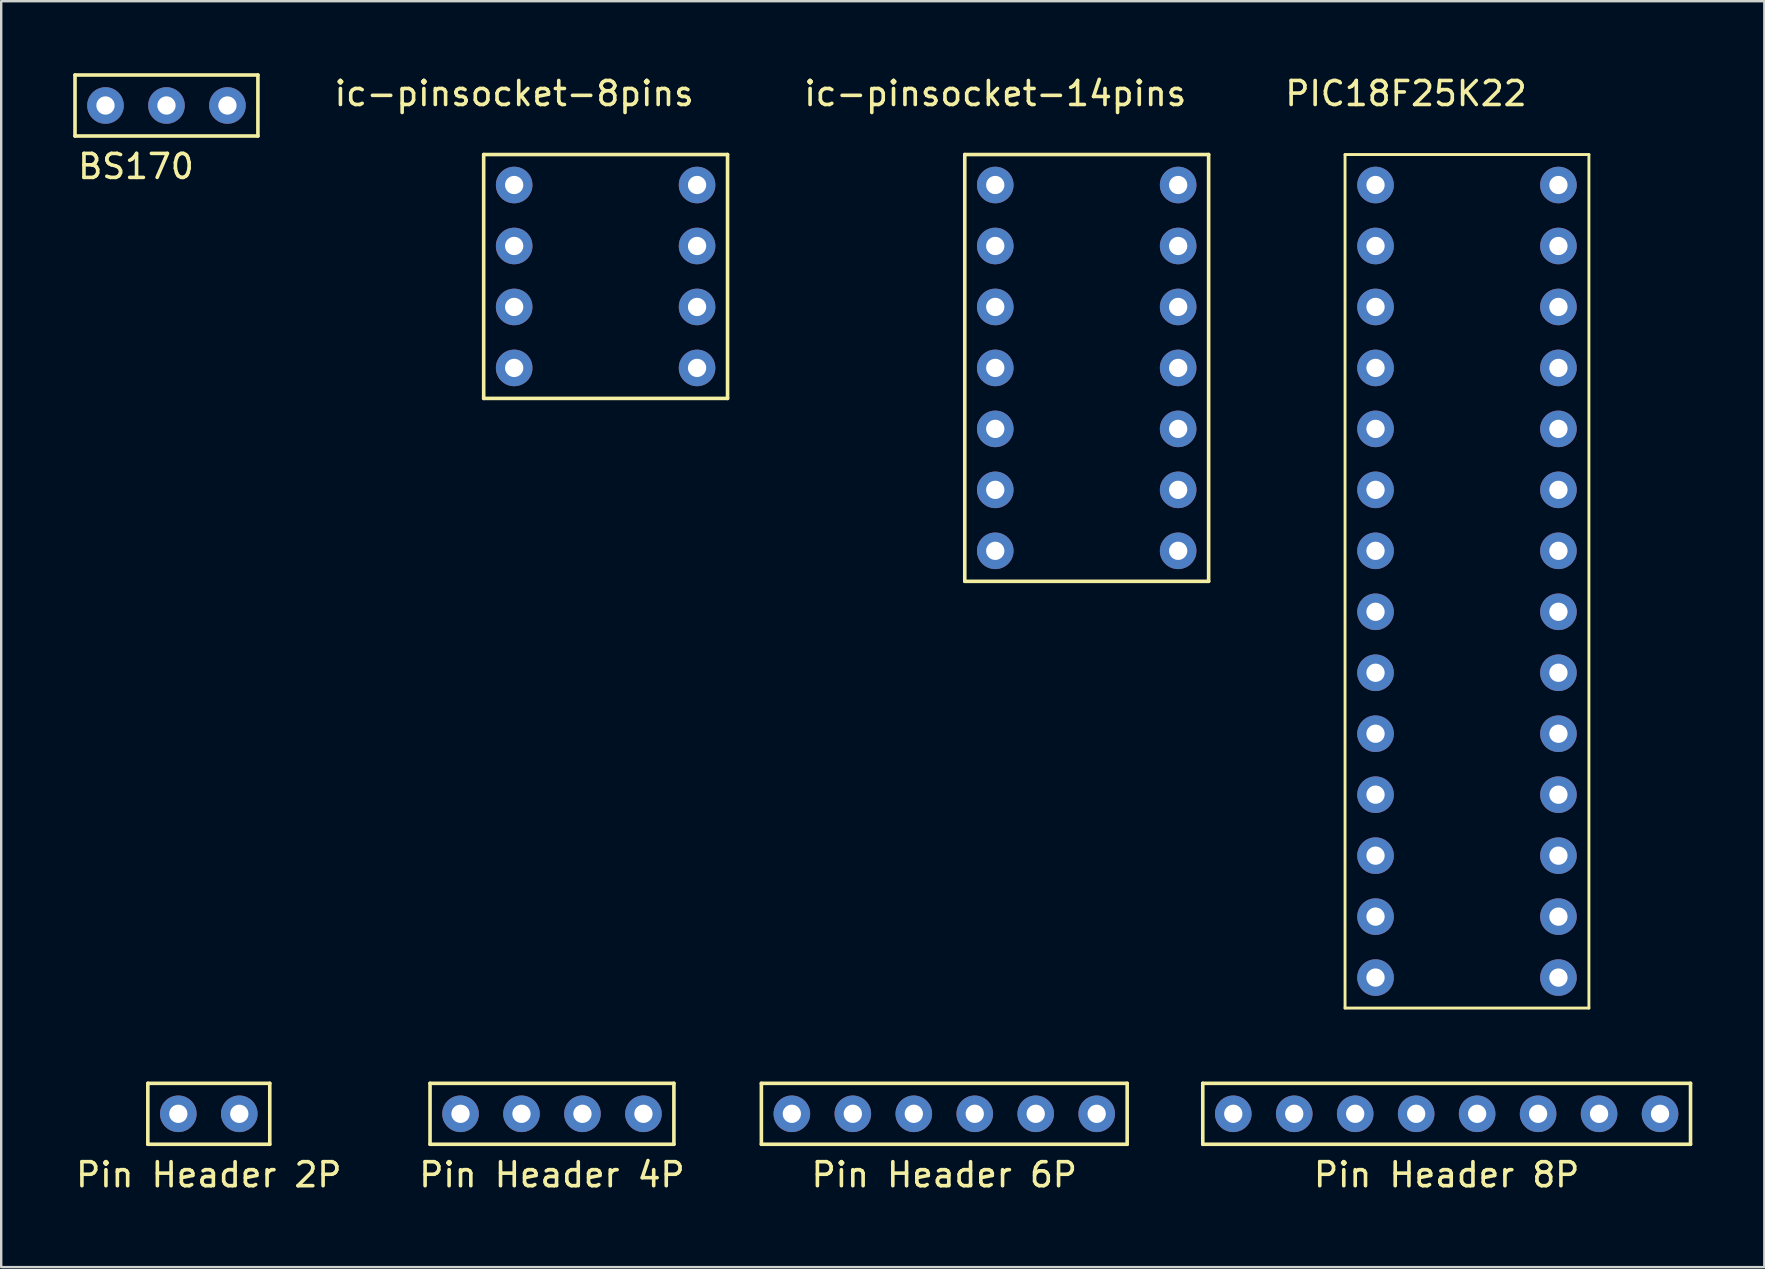
<source format=kicad_pcb>
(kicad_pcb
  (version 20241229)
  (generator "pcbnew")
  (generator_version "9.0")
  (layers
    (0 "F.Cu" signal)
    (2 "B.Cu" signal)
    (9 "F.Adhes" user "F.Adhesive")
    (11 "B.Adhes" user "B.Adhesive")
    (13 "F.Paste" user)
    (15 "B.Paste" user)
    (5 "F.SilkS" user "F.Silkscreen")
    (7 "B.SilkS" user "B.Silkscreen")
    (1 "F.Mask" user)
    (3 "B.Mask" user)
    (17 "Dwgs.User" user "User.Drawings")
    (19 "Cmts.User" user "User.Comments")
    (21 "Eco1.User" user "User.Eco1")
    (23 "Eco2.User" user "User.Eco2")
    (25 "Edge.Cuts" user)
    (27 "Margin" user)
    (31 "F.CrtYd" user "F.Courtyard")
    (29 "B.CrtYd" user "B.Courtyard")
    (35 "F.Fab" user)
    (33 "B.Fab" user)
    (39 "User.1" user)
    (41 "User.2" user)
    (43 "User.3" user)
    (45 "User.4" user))
  (footprint "ic-pinsocket-8pins"
    (layer "F.Cu")
    (at 22.181 8.468)
    (property "Reference" "ic-pinsocket-8pins" (at -3.81 -7.62 0) (layer "F.SilkS") (effects (font (size 1 1) (thickness 0.15))))
    (attr through_hole)
    (fp_line (start -5.08 -5.08) (end -5.08 5.08) (stroke (width 0.15) (type solid)) (layer "F.SilkS"))
    (fp_line (start -5.08 -5.08) (end 5.08 -5.08) (stroke (width 0.15) (type solid)) (layer "F.SilkS"))
    (fp_line (start 5.08 -5.08) (end 5.08 5.08) (stroke (width 0.15) (type solid)) (layer "F.SilkS"))
    (fp_line (start 5.08 5.08) (end -5.08 5.08) (stroke (width 0.15) (type solid)) (layer "F.SilkS"))
    (pad "1" thru_hole circle (at -3.81 -3.81) (size 1.524 1.524) (drill 0.762) (layers "*.Cu" "*.Mask"))
    (pad "2" thru_hole circle (at -3.81 -1.27) (size 1.524 1.524) (drill 0.762) (layers "*.Cu" "*.Mask"))
    (pad "3" thru_hole circle (at -3.81 1.27) (size 1.524 1.524) (drill 0.762) (layers "*.Cu" "*.Mask"))
    (pad "4" thru_hole circle (at -3.81 3.81) (size 1.524 1.524) (drill 0.762) (layers "*.Cu" "*.Mask"))
    (pad "5" thru_hole circle (at 3.81 3.81) (size 1.524 1.524) (drill 0.762) (layers "*.Cu" "*.Mask"))
    (pad "6" thru_hole circle (at 3.81 1.27) (size 1.524 1.524) (drill 0.762) (layers "*.Cu" "*.Mask"))
    (pad "7" thru_hole circle (at 3.81 -1.27) (size 1.524 1.524) (drill 0.762) (layers "*.Cu" "*.Mask"))
    (pad "8" thru_hole circle (at 3.81 -3.81) (size 1.524 1.524) (drill 0.762) (layers "*.Cu" "*.Mask")))
  (footprint "Pin Header 6P"
    (layer "F.Cu")
    (at 36.29 43.353)
    (property "Reference" "Pin Header 6P" (at 0 2.54 0) (layer "F.SilkS") (effects (font (size 1 1) (thickness 0.15))))
    (attr through_hole)
    (fp_line (start -7.62 -1.27) (end -7.62 1.27) (stroke (width 0.15) (type solid)) (layer "F.SilkS"))
    (fp_line (start -7.62 1.27) (end 7.62 1.27) (stroke (width 0.15) (type solid)) (layer "F.SilkS"))
    (fp_line (start 7.62 -1.27) (end -7.62 -1.27) (stroke (width 0.15) (type solid)) (layer "F.SilkS"))
    (fp_line (start 7.62 1.27) (end 7.62 -1.27) (stroke (width 0.15) (type solid)) (layer "F.SilkS"))
    (pad "1" thru_hole circle (at -6.35 0) (size 1.524 1.524) (drill 0.762) (layers "*.Cu" "*.Mask"))
    (pad "2" thru_hole circle (at -3.81 0) (size 1.524 1.524) (drill 0.762) (layers "*.Cu" "*.Mask"))
    (pad "3" thru_hole circle (at -1.27 0) (size 1.524 1.524) (drill 0.762) (layers "*.Cu" "*.Mask"))
    (pad "4" thru_hole circle (at 1.27 0) (size 1.524 1.524) (drill 0.762) (layers "*.Cu" "*.Mask"))
    (pad "5" thru_hole circle (at 3.81 0) (size 1.524 1.524) (drill 0.762) (layers "*.Cu" "*.Mask"))
    (pad "6" thru_hole circle (at 6.35 0) (size 1.524 1.524) (drill 0.762) (layers "*.Cu" "*.Mask")))
  (footprint "Pin Header 2P"
    (layer "F.Cu")
    (at 5.649 43.353)
    (property "Reference" "Pin Header 2P" (at 0 2.54 0) (layer "F.SilkS") (effects (font (size 1 1) (thickness 0.15))))
    (attr through_hole)
    (fp_line (start -2.54 -1.27) (end -2.54 1.27) (stroke (width 0.15) (type solid)) (layer "F.SilkS"))
    (fp_line (start -2.54 1.27) (end 2.54 1.27) (stroke (width 0.15) (type solid)) (layer "F.SilkS"))
    (fp_line (start 2.54 -1.27) (end -2.54 -1.27) (stroke (width 0.15) (type solid)) (layer "F.SilkS"))
    (fp_line (start 2.54 1.27) (end 2.54 -1.27) (stroke (width 0.15) (type solid)) (layer "F.SilkS"))
    (pad "1" thru_hole circle (at -1.27 0) (size 1.524 1.524) (drill 0.762) (layers "*.Cu" "*.Mask"))
    (pad "2" thru_hole circle (at 1.27 0) (size 1.524 1.524) (drill 0.762) (layers "*.Cu" "*.Mask")))
  (footprint "Pin Header 4P"
    (layer "F.Cu")
    (at 19.946 43.353)
    (property "Reference" "Pin Header 4P" (at 0 2.54 0) (layer "F.SilkS") (effects (font (size 1 1) (thickness 0.15))))
    (attr through_hole)
    (fp_line (start -5.08 -1.27) (end -5.08 1.27) (stroke (width 0.15) (type solid)) (layer "F.SilkS"))
    (fp_line (start -5.08 1.27) (end 5.08 1.27) (stroke (width 0.15) (type solid)) (layer "F.SilkS"))
    (fp_line (start 5.08 -1.27) (end -5.08 -1.27) (stroke (width 0.15) (type solid)) (layer "F.SilkS"))
    (fp_line (start 5.08 1.27) (end 5.08 -1.27) (stroke (width 0.15) (type solid)) (layer "F.SilkS"))
    (pad "1" thru_hole circle (at -3.81 0) (size 1.524 1.524) (drill 0.762) (layers "*.Cu" "*.Mask"))
    (pad "2" thru_hole circle (at -1.27 0) (size 1.524 1.524) (drill 0.762) (layers "*.Cu" "*.Mask"))
    (pad "3" thru_hole circle (at 1.27 0) (size 1.524 1.524) (drill 0.762) (layers "*.Cu" "*.Mask"))
    (pad "4" thru_hole circle (at 3.81 0) (size 1.524 1.524) (drill 0.762) (layers "*.Cu" "*.Mask")))
  (footprint "ic-pinsocket-14pins"
    (layer "F.Cu")
    (at 42.224 12.278)
    (property "Reference" "ic-pinsocket-14pins" (at -3.81 -11.43 0) (layer "F.SilkS") (effects (font (size 1 1) (thickness 0.15))))
    (attr through_hole)
    (fp_line (start -5.08 -8.89) (end 5.08 -8.89) (stroke (width 0.15) (type solid)) (layer "F.SilkS"))
    (fp_line (start -5.08 8.89) (end -5.08 -8.89) (stroke (width 0.15) (type solid)) (layer "F.SilkS"))
    (fp_line (start 5.08 -8.89) (end 5.08 8.89) (stroke (width 0.15) (type solid)) (layer "F.SilkS"))
    (fp_line (start 5.08 8.89) (end -5.08 8.89) (stroke (width 0.15) (type solid)) (layer "F.SilkS"))
    (pad "1" thru_hole circle (at -3.81 -7.62) (size 1.524 1.524) (drill 0.762) (layers "*.Cu" "*.Mask"))
    (pad "2" thru_hole circle (at -3.81 -5.08) (size 1.524 1.524) (drill 0.762) (layers "*.Cu" "*.Mask"))
    (pad "3" thru_hole circle (at -3.81 -2.54) (size 1.524 1.524) (drill 0.762) (layers "*.Cu" "*.Mask"))
    (pad "4" thru_hole circle (at -3.81 0) (size 1.524 1.524) (drill 0.762) (layers "*.Cu" "*.Mask"))
    (pad "5" thru_hole circle (at -3.81 2.54) (size 1.524 1.524) (drill 0.762) (layers "*.Cu" "*.Mask"))
    (pad "6" thru_hole circle (at -3.81 5.08) (size 1.524 1.524) (drill 0.762) (layers "*.Cu" "*.Mask"))
    (pad "7" thru_hole circle (at -3.81 7.62) (size 1.524 1.524) (drill 0.762) (layers "*.Cu" "*.Mask"))
    (pad "8" thru_hole circle (at 3.81 7.62) (size 1.524 1.524) (drill 0.762) (layers "*.Cu" "*.Mask"))
    (pad "9" thru_hole circle (at 3.81 5.08) (size 1.524 1.524) (drill 0.762) (layers "*.Cu" "*.Mask"))
    (pad "10" thru_hole circle (at 3.81 2.54) (size 1.524 1.524) (drill 0.762) (layers "*.Cu" "*.Mask"))
    (pad "11" thru_hole circle (at 3.81 0) (size 1.524 1.524) (drill 0.762) (layers "*.Cu" "*.Mask"))
    (pad "12" thru_hole circle (at 3.81 -2.54) (size 1.524 1.524) (drill 0.762) (layers "*.Cu" "*.Mask"))
    (pad "13" thru_hole circle (at 3.81 -5.08) (size 1.524 1.524) (drill 0.762) (layers "*.Cu" "*.Mask"))
    (pad "14" thru_hole circle (at 3.81 -7.62) (size 1.524 1.524) (drill 0.762) (layers "*.Cu" "*.Mask")))
  (footprint "PIC18F25K22"
    (layer "F.Cu")
    (at 59.337 21.168)
    (property "Reference" "PIC18F25K22" (at -3.81 -20.32 0) (layer "F.SilkS") (effects (font (size 1 1) (thickness 0.15))))
    (attr through_hole)
    (fp_line (start -6.35 -17.78) (end -6.35 17.78) (stroke (width 0.12) (type solid)) (layer "F.SilkS"))
    (fp_line (start -6.35 17.78) (end 3.81 17.78) (stroke (width 0.12) (type solid)) (layer "F.SilkS"))
    (fp_line (start 3.81 -17.78) (end -6.35 -17.78) (stroke (width 0.12) (type solid)) (layer "F.SilkS"))
    (fp_line (start 3.81 17.78) (end 3.81 -17.78) (stroke (width 0.12) (type solid)) (layer "F.SilkS"))
    (pad "1" thru_hole circle (at -5.08 -16.51) (size 1.524 1.524) (drill 0.762) (layers "*.Cu" "*.Mask"))
    (pad "2" thru_hole circle (at -5.08 -13.97) (size 1.524 1.524) (drill 0.762) (layers "*.Cu" "*.Mask"))
    (pad "3" thru_hole circle (at -5.08 -11.43) (size 1.524 1.524) (drill 0.762) (layers "*.Cu" "*.Mask"))
    (pad "4" thru_hole circle (at -5.08 -8.89) (size 1.524 1.524) (drill 0.762) (layers "*.Cu" "*.Mask"))
    (pad "5" thru_hole circle (at -5.08 -6.35) (size 1.524 1.524) (drill 0.762) (layers "*.Cu" "*.Mask"))
    (pad "6" thru_hole circle (at -5.08 -3.81) (size 1.524 1.524) (drill 0.762) (layers "*.Cu" "*.Mask"))
    (pad "7" thru_hole circle (at -5.08 -1.27) (size 1.524 1.524) (drill 0.762) (layers "*.Cu" "*.Mask"))
    (pad "8" thru_hole circle (at -5.08 1.27) (size 1.524 1.524) (drill 0.762) (layers "*.Cu" "*.Mask"))
    (pad "9" thru_hole circle (at -5.08 3.81) (size 1.524 1.524) (drill 0.762) (layers "*.Cu" "*.Mask"))
    (pad "10" thru_hole circle (at -5.08 6.35) (size 1.524 1.524) (drill 0.762) (layers "*.Cu" "*.Mask"))
    (pad "11" thru_hole circle (at -5.08 8.89) (size 1.524 1.524) (drill 0.762) (layers "*.Cu" "*.Mask"))
    (pad "12" thru_hole circle (at -5.08 11.43) (size 1.524 1.524) (drill 0.762) (layers "*.Cu" "*.Mask"))
    (pad "13" thru_hole circle (at -5.08 13.97) (size 1.524 1.524) (drill 0.762) (layers "*.Cu" "*.Mask"))
    (pad "14" thru_hole circle (at -5.08 16.51) (size 1.524 1.524) (drill 0.762) (layers "*.Cu" "*.Mask"))
    (pad "15" thru_hole circle (at 2.54 16.51) (size 1.524 1.524) (drill 0.762) (layers "*.Cu" "*.Mask"))
    (pad "16" thru_hole circle (at 2.54 13.97) (size 1.524 1.524) (drill 0.762) (layers "*.Cu" "*.Mask"))
    (pad "17" thru_hole circle (at 2.54 11.43) (size 1.524 1.524) (drill 0.762) (layers "*.Cu" "*.Mask"))
    (pad "18" thru_hole circle (at 2.54 8.89) (size 1.524 1.524) (drill 0.762) (layers "*.Cu" "*.Mask"))
    (pad "19" thru_hole circle (at 2.54 6.35) (size 1.524 1.524) (drill 0.762) (layers "*.Cu" "*.Mask"))
    (pad "20" thru_hole circle (at 2.54 3.81) (size 1.524 1.524) (drill 0.762) (layers "*.Cu" "*.Mask"))
    (pad "21" thru_hole circle (at 2.54 1.27) (size 1.524 1.524) (drill 0.762) (layers "*.Cu" "*.Mask"))
    (pad "22" thru_hole circle (at 2.54 -1.27) (size 1.524 1.524) (drill 0.762) (layers "*.Cu" "*.Mask"))
    (pad "23" thru_hole circle (at 2.54 -3.81) (size 1.524 1.524) (drill 0.762) (layers "*.Cu" "*.Mask"))
    (pad "24" thru_hole circle (at 2.54 -6.35) (size 1.524 1.524) (drill 0.762) (layers "*.Cu" "*.Mask"))
    (pad "25" thru_hole circle (at 2.54 -8.89) (size 1.524 1.524) (drill 0.762) (layers "*.Cu" "*.Mask"))
    (pad "26" thru_hole circle (at 2.54 -11.43) (size 1.524 1.524) (drill 0.762) (layers "*.Cu" "*.Mask"))
    (pad "27" thru_hole circle (at 2.54 -13.97) (size 1.524 1.524) (drill 0.762) (layers "*.Cu" "*.Mask"))
    (pad "28" thru_hole circle (at 2.54 -16.51) (size 1.524 1.524) (drill 0.762) (layers "*.Cu" "*.Mask")))
  (footprint "BS170"
    (layer "F.Cu")
    (at 3.885 1.345)
    (property "Reference" "BS170" (at -1.27 2.54 0) (layer "F.SilkS") (effects (font (size 1 1) (thickness 0.15))))
    (attr through_hole)
    (fp_line (start -3.81 -1.27) (end -3.81 1.27) (stroke (width 0.15) (type solid)) (layer "F.SilkS"))
    (fp_line (start -3.81 1.27) (end 3.81 1.27) (stroke (width 0.15) (type solid)) (layer "F.SilkS"))
    (fp_line (start 3.81 -1.27) (end -3.81 -1.27) (stroke (width 0.15) (type solid)) (layer "F.SilkS"))
    (fp_line (start 3.81 1.27) (end 3.81 -1.27) (stroke (width 0.15) (type solid)) (layer "F.SilkS"))
    (pad "1" thru_hole circle (at -2.54 0) (size 1.524 1.524) (drill 0.762) (layers "*.Cu" "*.Mask"))
    (pad "2" thru_hole circle (at 0 0) (size 1.524 1.524) (drill 0.762) (layers "*.Cu" "*.Mask"))
    (pad "3" thru_hole circle (at 2.54 0) (size 1.524 1.524) (drill 0.762) (layers "*.Cu" "*.Mask")))
  (footprint "Pin Header 8P"
    (layer "F.Cu")
    (at 57.22 43.353)
    (property "Reference" "Pin Header 8P" (at 0 2.54 0) (layer "F.SilkS") (effects (font (size 1 1) (thickness 0.15))))
    (attr through_hole)
    (fp_line (start -10.16 -1.27) (end -10.16 1.27) (stroke (width 0.15) (type solid)) (layer "F.SilkS"))
    (fp_line (start -10.16 1.27) (end 10.16 1.27) (stroke (width 0.15) (type solid)) (layer "F.SilkS"))
    (fp_line (start 10.16 -1.27) (end -10.16 -1.27) (stroke (width 0.15) (type solid)) (layer "F.SilkS"))
    (fp_line (start 10.16 1.27) (end 10.16 -1.27) (stroke (width 0.15) (type solid)) (layer "F.SilkS"))
    (pad "1" thru_hole circle (at -8.89 0) (size 1.524 1.524) (drill 0.762) (layers "*.Cu" "*.Mask"))
    (pad "2" thru_hole circle (at -6.35 0) (size 1.524 1.524) (drill 0.762) (layers "*.Cu" "*.Mask"))
    (pad "3" thru_hole circle (at -3.81 0) (size 1.524 1.524) (drill 0.762) (layers "*.Cu" "*.Mask"))
    (pad "4" thru_hole circle (at -1.27 0) (size 1.524 1.524) (drill 0.762) (layers "*.Cu" "*.Mask"))
    (pad "5" thru_hole circle (at 1.27 0) (size 1.524 1.524) (drill 0.762) (layers "*.Cu" "*.Mask"))
    (pad "6" thru_hole circle (at 3.81 0) (size 1.524 1.524) (drill 0.762) (layers "*.Cu" "*.Mask"))
    (pad "7" thru_hole circle (at 6.35 0) (size 1.524 1.524) (drill 0.762) (layers "*.Cu" "*.Mask"))
    (pad "8" thru_hole circle (at 8.89 0) (size 1.524 1.524) (drill 0.762) (layers "*.Cu" "*.Mask")))
  (gr_rect
    (start -3 -3)
    (end 70.455 49.742)
    (stroke (width 0.1) (type default))
    (fill no)
    (layer "Edge.Cuts")))
</source>
